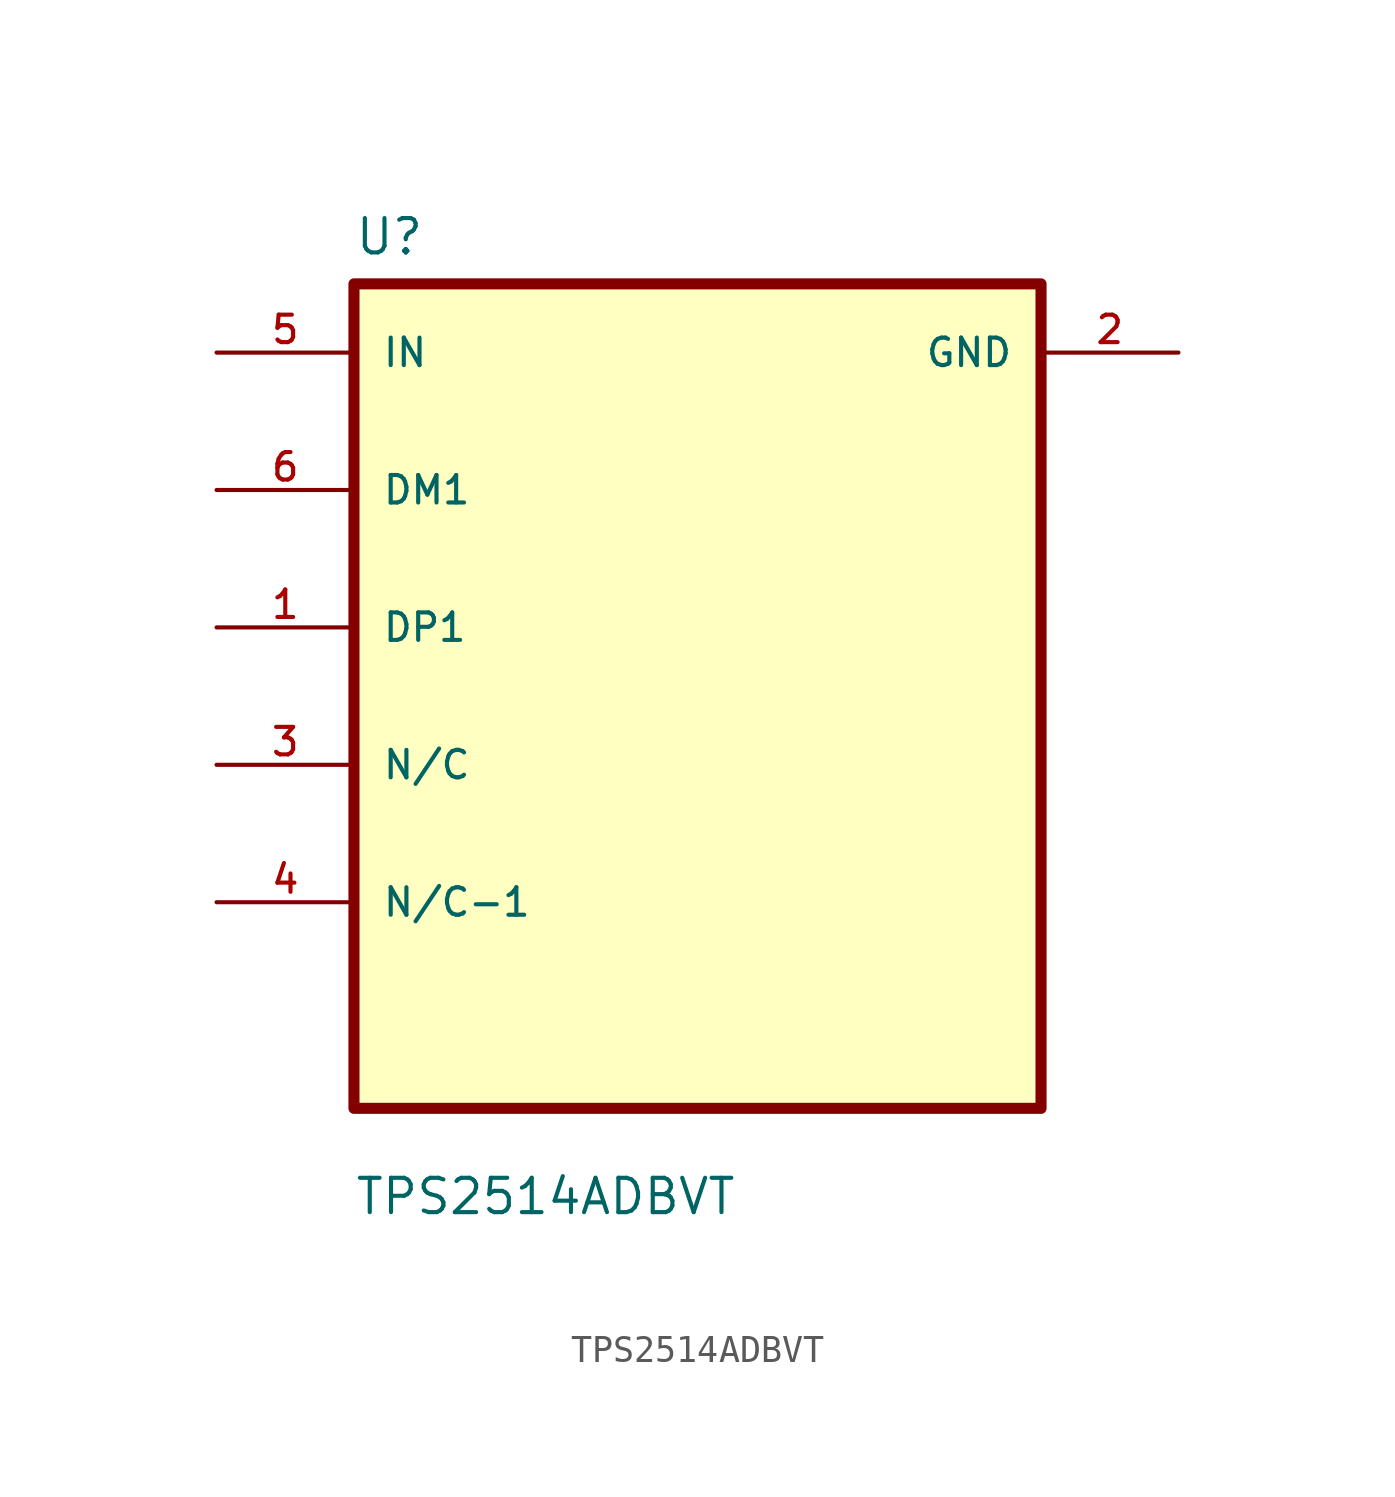
<source format=kicad_sym>
(kicad_symbol_lib
  (version 20211014)
  (generator kicad_symbol_editor)
  (symbol "TPS2514ADBVT"
    (pin_names
      (offset 1.016))
    (property "Reference" "U"
      (at -12.7 16.24 0.0)
      (effects (font (size 1.27 1.27)) (justify bottom left)))
    (property "Value" "TPS2514ADBVT"
      (at -12.7 -19.24 0.0)
      (effects (font (size 1.27 1.27)) (justify bottom left)))
    (symbol "TPS2514ADBVT_0_0"
      (rectangle (start -12.7 -15.24) (end 12.7 15.24) (stroke (width 0.41)) (fill (type background)))
      (pin input line (at -17.78 12.7 0) (length 5.08) (name "IN" (effects (font (size 1.016 1.016)))) (number "5" (effects (font (size 1.016 1.016)))))
      (pin bidirectional line (at -17.78 7.62 0) (length 5.08) (name "DM1" (effects (font (size 1.016 1.016)))) (number "6" (effects (font (size 1.016 1.016)))))
      (pin bidirectional line (at -17.78 2.54 0) (length 5.08) (name "DP1" (effects (font (size 1.016 1.016)))) (number "1" (effects (font (size 1.016 1.016)))))
      (pin bidirectional line (at -17.78 -2.54 0) (length 5.08) (name "N/C" (effects (font (size 1.016 1.016)))) (number "3" (effects (font (size 1.016 1.016)))))
      (pin bidirectional line (at -17.78 -7.62 0) (length 5.08) (name "N/C-1" (effects (font (size 1.016 1.016)))) (number "4" (effects (font (size 1.016 1.016)))))
      (pin power_in line (at 17.78 12.7 180.0) (length 5.08) (name "GND" (effects (font (size 1.016 1.016)))) (number "2" (effects (font (size 1.016 1.016))))))))
</source>
